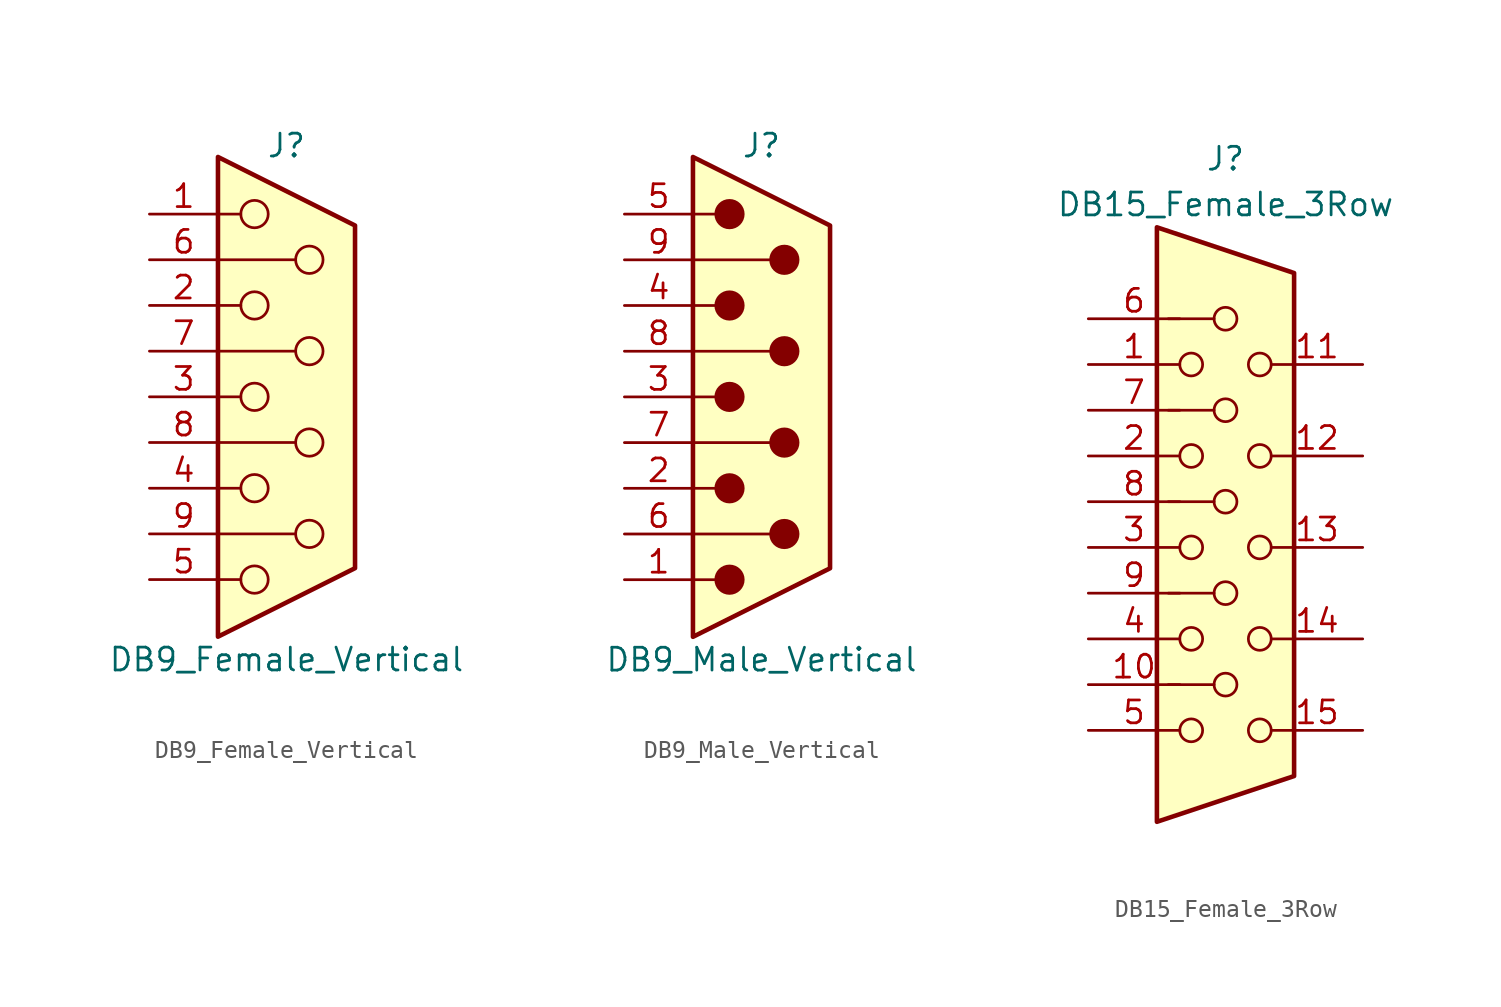
<source format=kicad_sym>
(kicad_symbol_lib
  (version 20211014)
  (generator kicad_symbol_editor)
  (symbol "DB9_Female_Vertical"
    (pin_names
      (offset 1.016) hide)
    (property "Reference" "J"
      (at 0 13.97 0)
      (effects (font (size 1.27 1.27))))
    (property "Value" "DB9_Female_Vertical"
      (at 0 -14.605 0)
      (effects (font (size 1.27 1.27))))
    (symbol "DB9_Female_Vertical_0_1"
      (circle (center -1.778 -10.16) (radius 0.762) (stroke (width 0) (type default) (color 0 0 0 0)) (fill (type none)))
      (circle (center -1.778 -5.08) (radius 0.762) (stroke (width 0) (type default) (color 0 0 0 0)) (fill (type none)))
      (circle (center -1.778 0) (radius 0.762) (stroke (width 0) (type default) (color 0 0 0 0)) (fill (type none)))
      (circle (center -1.778 5.08) (radius 0.762) (stroke (width 0) (type default) (color 0 0 0 0)) (fill (type none)))
      (circle (center -1.778 10.16) (radius 0.762) (stroke (width 0) (type default) (color 0 0 0 0)) (fill (type none)))
      (polyline (pts (xy -3.81 -10.16) (xy -2.54 -10.16)) (stroke (width 0) (type default) (color 0 0 0 0)) (fill (type none)))
      (polyline (pts (xy -3.81 -7.62) (xy 0.508 -7.62)) (stroke (width 0) (type default) (color 0 0 0 0)) (fill (type none)))
      (polyline (pts (xy -3.81 -5.08) (xy -2.54 -5.08)) (stroke (width 0) (type default) (color 0 0 0 0)) (fill (type none)))
      (polyline (pts (xy -3.81 -2.54) (xy 0.508 -2.54)) (stroke (width 0) (type default) (color 0 0 0 0)) (fill (type none)))
      (polyline (pts (xy -3.81 0) (xy -2.54 0)) (stroke (width 0) (type default) (color 0 0 0 0)) (fill (type none)))
      (polyline (pts (xy -3.81 2.54) (xy 0.508 2.54)) (stroke (width 0) (type default) (color 0 0 0 0)) (fill (type none)))
      (polyline (pts (xy -3.81 5.08) (xy -2.54 5.08)) (stroke (width 0) (type default) (color 0 0 0 0)) (fill (type none)))
      (polyline (pts (xy -3.81 7.62) (xy 0.508 7.62)) (stroke (width 0) (type default) (color 0 0 0 0)) (fill (type none)))
      (polyline (pts (xy -3.81 10.16) (xy -2.54 10.16)) (stroke (width 0) (type default) (color 0 0 0 0)) (fill (type none)))
      (polyline (pts (xy -3.81 13.335) (xy -3.81 -13.335) (xy 3.81 -9.525) (xy 3.81 9.525) (xy -3.81 13.335)) (stroke (width 0.254) (type default) (color 0 0 0 0)) (fill (type background)))
      (circle (center 1.27 -7.62) (radius 0.762) (stroke (width 0) (type default) (color 0 0 0 0)) (fill (type none)))
      (circle (center 1.27 -2.54) (radius 0.762) (stroke (width 0) (type default) (color 0 0 0 0)) (fill (type none)))
      (circle (center 1.27 2.54) (radius 0.762) (stroke (width 0) (type default) (color 0 0 0 0)) (fill (type none)))
      (circle (center 1.27 7.62) (radius 0.762) (stroke (width 0) (type default) (color 0 0 0 0)) (fill (type none))))
    (symbol "DB9_Female_Vertical_1_1"
      (pin passive line (at -7.62 10.16 0) (length 3.81) (name "1" (effects (font (size 1.27 1.27)))) (number "1" (effects (font (size 1.27 1.27)))))
      (pin passive line (at -7.62 5.08 0) (length 3.81) (name "2" (effects (font (size 1.27 1.27)))) (number "2" (effects (font (size 1.27 1.27)))))
      (pin passive line (at -7.62 0 0) (length 3.81) (name "3" (effects (font (size 1.27 1.27)))) (number "3" (effects (font (size 1.27 1.27)))))
      (pin passive line (at -7.62 -5.08 0) (length 3.81) (name "4" (effects (font (size 1.27 1.27)))) (number "4" (effects (font (size 1.27 1.27)))))
      (pin passive line (at -7.62 -10.16 0) (length 3.81) (name "5" (effects (font (size 1.27 1.27)))) (number "5" (effects (font (size 1.27 1.27)))))
      (pin passive line (at -7.62 7.62 0) (length 3.81) (name "6" (effects (font (size 1.27 1.27)))) (number "6" (effects (font (size 1.27 1.27)))))
      (pin passive line (at -7.62 2.54 0) (length 3.81) (name "7" (effects (font (size 1.27 1.27)))) (number "7" (effects (font (size 1.27 1.27)))))
      (pin passive line (at -7.62 -2.54 0) (length 3.81) (name "8" (effects (font (size 1.27 1.27)))) (number "8" (effects (font (size 1.27 1.27)))))
      (pin passive line (at -7.62 -7.62 0) (length 3.81) (name "9" (effects (font (size 1.27 1.27)))) (number "9" (effects (font (size 1.27 1.27)))))))
  (symbol "DB9_Male_Vertical"
    (pin_names
      (offset 1.016) hide)
    (property "Reference" "J"
      (at 0 13.97 0)
      (effects (font (size 1.27 1.27))))
    (property "Value" "DB9_Male_Vertical"
      (at 0 -14.605 0)
      (effects (font (size 1.27 1.27))))
    (symbol "DB9_Male_Vertical_0_1"
      (circle (center -1.778 -10.16) (radius 0.762) (stroke (width 0) (type default) (color 0 0 0 0)) (fill (type outline)))
      (circle (center -1.778 -5.08) (radius 0.762) (stroke (width 0) (type default) (color 0 0 0 0)) (fill (type outline)))
      (circle (center -1.778 0) (radius 0.762) (stroke (width 0) (type default) (color 0 0 0 0)) (fill (type outline)))
      (circle (center -1.778 5.08) (radius 0.762) (stroke (width 0) (type default) (color 0 0 0 0)) (fill (type outline)))
      (circle (center -1.778 10.16) (radius 0.762) (stroke (width 0) (type default) (color 0 0 0 0)) (fill (type outline)))
      (polyline (pts (xy -3.81 -10.16) (xy -2.54 -10.16)) (stroke (width 0) (type default) (color 0 0 0 0)) (fill (type none)))
      (polyline (pts (xy -3.81 -7.62) (xy 0.508 -7.62)) (stroke (width 0) (type default) (color 0 0 0 0)) (fill (type none)))
      (polyline (pts (xy -3.81 -5.08) (xy -2.54 -5.08)) (stroke (width 0) (type default) (color 0 0 0 0)) (fill (type none)))
      (polyline (pts (xy -3.81 -2.54) (xy 0.508 -2.54)) (stroke (width 0) (type default) (color 0 0 0 0)) (fill (type none)))
      (polyline (pts (xy -3.81 0) (xy -2.54 0)) (stroke (width 0) (type default) (color 0 0 0 0)) (fill (type none)))
      (polyline (pts (xy -3.81 2.54) (xy 0.508 2.54)) (stroke (width 0) (type default) (color 0 0 0 0)) (fill (type none)))
      (polyline (pts (xy -3.81 5.08) (xy -2.54 5.08)) (stroke (width 0) (type default) (color 0 0 0 0)) (fill (type none)))
      (polyline (pts (xy -3.81 7.62) (xy 0.508 7.62)) (stroke (width 0) (type default) (color 0 0 0 0)) (fill (type none)))
      (polyline (pts (xy -3.81 10.16) (xy -2.54 10.16)) (stroke (width 0) (type default) (color 0 0 0 0)) (fill (type none)))
      (polyline (pts (xy -3.81 -13.335) (xy -3.81 13.335) (xy 3.81 9.525) (xy 3.81 -9.525) (xy -3.81 -13.335)) (stroke (width 0.254) (type default) (color 0 0 0 0)) (fill (type background)))
      (circle (center 1.27 -7.62) (radius 0.762) (stroke (width 0) (type default) (color 0 0 0 0)) (fill (type outline)))
      (circle (center 1.27 -2.54) (radius 0.762) (stroke (width 0) (type default) (color 0 0 0 0)) (fill (type outline)))
      (circle (center 1.27 2.54) (radius 0.762) (stroke (width 0) (type default) (color 0 0 0 0)) (fill (type outline)))
      (circle (center 1.27 7.62) (radius 0.762) (stroke (width 0) (type default) (color 0 0 0 0)) (fill (type outline))))
    (symbol "DB9_Male_Vertical_1_1"
      (pin passive line (at -7.62 -10.16 0) (length 3.81) (name "1" (effects (font (size 1.27 1.27)))) (number "1" (effects (font (size 1.27 1.27)))))
      (pin passive line (at -7.62 -5.08 0) (length 3.81) (name "2" (effects (font (size 1.27 1.27)))) (number "2" (effects (font (size 1.27 1.27)))))
      (pin passive line (at -7.62 0 0) (length 3.81) (name "3" (effects (font (size 1.27 1.27)))) (number "3" (effects (font (size 1.27 1.27)))))
      (pin passive line (at -7.62 5.08 0) (length 3.81) (name "4" (effects (font (size 1.27 1.27)))) (number "4" (effects (font (size 1.27 1.27)))))
      (pin passive line (at -7.62 10.16 0) (length 3.81) (name "5" (effects (font (size 1.27 1.27)))) (number "5" (effects (font (size 1.27 1.27)))))
      (pin passive line (at -7.62 -7.62 0) (length 3.81) (name "6" (effects (font (size 1.27 1.27)))) (number "6" (effects (font (size 1.27 1.27)))))
      (pin passive line (at -7.62 -2.54 0) (length 3.81) (name "7" (effects (font (size 1.27 1.27)))) (number "7" (effects (font (size 1.27 1.27)))))
      (pin passive line (at -7.62 2.54 0) (length 3.81) (name "8" (effects (font (size 1.27 1.27)))) (number "8" (effects (font (size 1.27 1.27)))))
      (pin passive line (at -7.62 7.62 0) (length 3.81) (name "9" (effects (font (size 1.27 1.27)))) (number "9" (effects (font (size 1.27 1.27)))))))
  (symbol "DB15_Female_3Row"
    (pin_names
      (offset 1.016) hide)
    (property "Reference" "J"
      (at 0 21.59 0)
      (effects (font (size 1.27 1.27))))
    (property "Value" "DB15_Female_3Row"
      (at 0 19.05 0)
      (effects (font (size 1.27 1.27))))
    (symbol "DB15_Female_3Row_0_1"
      (circle (center -1.905 -10.16) (radius 0.635) (stroke (width 0) (type default) (color 0 0 0 0)) (fill (type none)))
      (circle (center -1.905 -5.08) (radius 0.635) (stroke (width 0) (type default) (color 0 0 0 0)) (fill (type none)))
      (circle (center -1.905 0) (radius 0.635) (stroke (width 0) (type default) (color 0 0 0 0)) (fill (type none)))
      (circle (center -1.905 5.08) (radius 0.635) (stroke (width 0) (type default) (color 0 0 0 0)) (fill (type none)))
      (circle (center -1.905 10.16) (radius 0.635) (stroke (width 0) (type default) (color 0 0 0 0)) (fill (type none)))
      (circle (center 0 -7.62) (radius 0.635) (stroke (width 0) (type default) (color 0 0 0 0)) (fill (type none)))
      (circle (center 0 -2.54) (radius 0.635) (stroke (width 0) (type default) (color 0 0 0 0)) (fill (type none)))
      (polyline (pts (xy -3.175 7.62) (xy -0.635 7.62)) (stroke (width 0) (type default) (color 0 0 0 0)) (fill (type none)))
      (polyline (pts (xy -0.635 -7.62) (xy -3.175 -7.62)) (stroke (width 0) (type default) (color 0 0 0 0)) (fill (type none)))
      (polyline (pts (xy -0.635 -2.54) (xy -3.175 -2.54)) (stroke (width 0) (type default) (color 0 0 0 0)) (fill (type none)))
      (polyline (pts (xy -0.635 2.54) (xy -3.175 2.54)) (stroke (width 0) (type default) (color 0 0 0 0)) (fill (type none)))
      (polyline (pts (xy -0.635 12.7) (xy -3.175 12.7)) (stroke (width 0) (type default) (color 0 0 0 0)) (fill (type none)))
      (polyline (pts (xy -3.81 17.78) (xy -3.81 -15.24) (xy 3.81 -12.7) (xy 3.81 15.24) (xy -3.81 17.78)) (stroke (width 0.254) (type default) (color 0 0 0 0)) (fill (type background)))
      (circle (center 0 2.54) (radius 0.635) (stroke (width 0) (type default) (color 0 0 0 0)) (fill (type none)))
      (circle (center 0 7.62) (radius 0.635) (stroke (width 0) (type default) (color 0 0 0 0)) (fill (type none)))
      (circle (center 0 12.7) (radius 0.635) (stroke (width 0) (type default) (color 0 0 0 0)) (fill (type none)))
      (circle (center 1.905 -10.16) (radius 0.635) (stroke (width 0) (type default) (color 0 0 0 0)) (fill (type none)))
      (circle (center 1.905 -5.08) (radius 0.635) (stroke (width 0) (type default) (color 0 0 0 0)) (fill (type none)))
      (circle (center 1.905 0) (radius 0.635) (stroke (width 0) (type default) (color 0 0 0 0)) (fill (type none)))
      (circle (center 1.905 5.08) (radius 0.635) (stroke (width 0) (type default) (color 0 0 0 0)) (fill (type none)))
      (circle (center 1.905 10.16) (radius 0.635) (stroke (width 0) (type default) (color 0 0 0 0)) (fill (type none))))
    (symbol "DB15_Female_3Row_1_1"
      (pin passive line (at -7.62 10.16 0) (length 5.08) (name "~" (effects (font (size 1.27 1.27)))) (number "1" (effects (font (size 1.27 1.27)))))
      (pin passive line (at -7.62 -7.62 0) (length 5.08) (name "~" (effects (font (size 1.27 1.27)))) (number "10" (effects (font (size 1.27 1.27)))))
      (pin passive line (at 7.62 10.16 180) (length 5.08) (name "~" (effects (font (size 1.27 1.27)))) (number "11" (effects (font (size 1.27 1.27)))))
      (pin passive line (at 7.62 5.08 180) (length 5.08) (name "~" (effects (font (size 1.27 1.27)))) (number "12" (effects (font (size 1.27 1.27)))))
      (pin passive line (at 7.62 0 180) (length 5.08) (name "~" (effects (font (size 1.27 1.27)))) (number "13" (effects (font (size 1.27 1.27)))))
      (pin passive line (at 7.62 -5.08 180) (length 5.08) (name "~" (effects (font (size 1.27 1.27)))) (number "14" (effects (font (size 1.27 1.27)))))
      (pin passive line (at 7.62 -10.16 180) (length 5.08) (name "~" (effects (font (size 1.27 1.27)))) (number "15" (effects (font (size 1.27 1.27)))))
      (pin passive line (at -7.62 5.08 0) (length 5.08) (name "~" (effects (font (size 1.27 1.27)))) (number "2" (effects (font (size 1.27 1.27)))))
      (pin passive line (at -7.62 0 0) (length 5.08) (name "~" (effects (font (size 1.27 1.27)))) (number "3" (effects (font (size 1.27 1.27)))))
      (pin passive line (at -7.62 -5.08 0) (length 5.08) (name "~" (effects (font (size 1.27 1.27)))) (number "4" (effects (font (size 1.27 1.27)))))
      (pin passive line (at -7.62 -10.16 0) (length 5.08) (name "~" (effects (font (size 1.27 1.27)))) (number "5" (effects (font (size 1.27 1.27)))))
      (pin passive line (at -7.62 12.7 0) (length 5.08) (name "~" (effects (font (size 1.27 1.27)))) (number "6" (effects (font (size 1.27 1.27)))))
      (pin passive line (at -7.62 7.62 0) (length 5.08) (name "~" (effects (font (size 1.27 1.27)))) (number "7" (effects (font (size 1.27 1.27)))))
      (pin passive line (at -7.62 2.54 0) (length 5.08) (name "~" (effects (font (size 1.27 1.27)))) (number "8" (effects (font (size 1.27 1.27)))))
      (pin passive line (at -7.62 -2.54 0) (length 5.08) (name "~" (effects (font (size 1.27 1.27)))) (number "9" (effects (font (size 1.27 1.27))))))))
</source>
